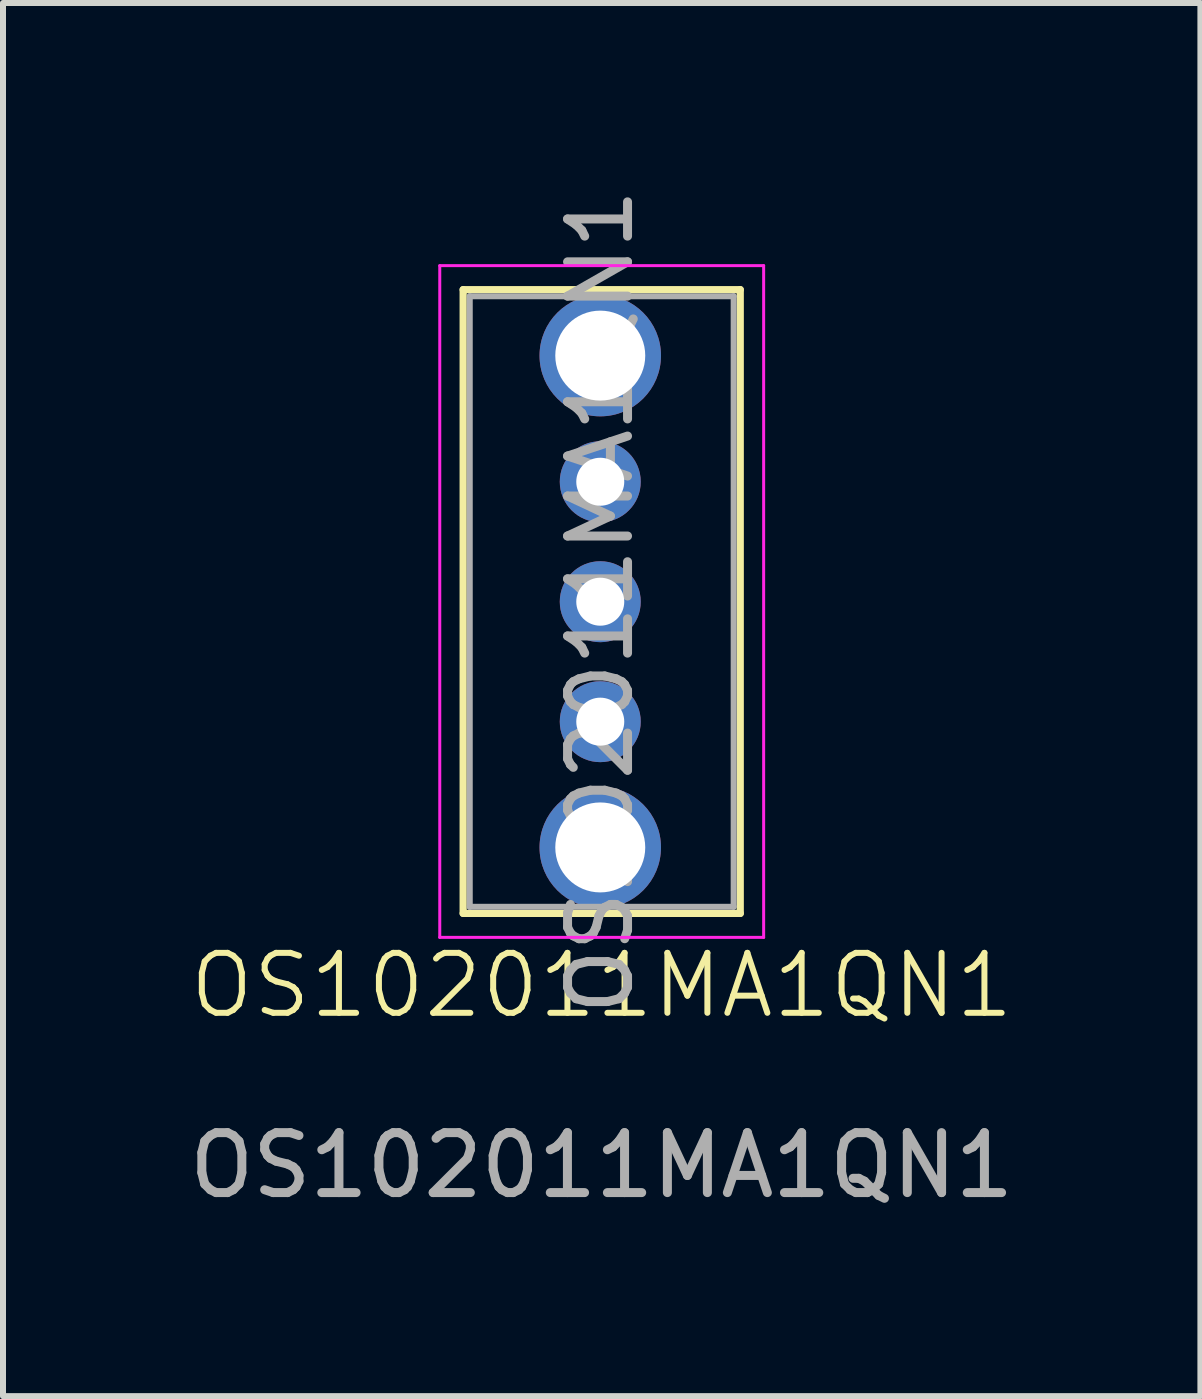
<source format=kicad_pcb>
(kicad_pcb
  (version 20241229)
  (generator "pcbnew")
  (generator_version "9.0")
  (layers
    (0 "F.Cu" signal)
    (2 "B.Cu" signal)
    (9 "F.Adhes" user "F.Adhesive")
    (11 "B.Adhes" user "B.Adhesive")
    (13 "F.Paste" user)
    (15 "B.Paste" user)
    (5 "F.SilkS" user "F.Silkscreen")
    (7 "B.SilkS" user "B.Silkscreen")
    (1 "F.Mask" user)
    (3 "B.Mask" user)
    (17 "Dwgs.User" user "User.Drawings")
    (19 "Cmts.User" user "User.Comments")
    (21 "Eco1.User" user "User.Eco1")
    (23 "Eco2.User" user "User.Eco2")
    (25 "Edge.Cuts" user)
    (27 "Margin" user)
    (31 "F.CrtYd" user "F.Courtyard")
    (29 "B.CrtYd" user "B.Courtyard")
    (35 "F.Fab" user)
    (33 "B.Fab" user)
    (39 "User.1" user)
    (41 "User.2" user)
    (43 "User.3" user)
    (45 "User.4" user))
  (footprint "OS102011MA1QN1"
    (layer "F.Cu")
    (at 6.982 13.879)
    (property "Reference" "OS102011MA1QN1" (at 0 -0.5 0) (unlocked yes) (layer "F.SilkS") (effects (font (size 1 1) (thickness 0.1))))
    (attr smd)
    (fp_line (start -2.31 -12.1) (end -2.31 -1.7) (stroke (width 0.12) (type solid)) (layer "F.SilkS"))
    (fp_line (start -2.31 -12.1) (end 2.31 -12.1) (stroke (width 0.12) (type solid)) (layer "F.SilkS"))
    (fp_line (start -2.31 -1.7) (end 2.31 -1.7) (stroke (width 0.12) (type solid)) (layer "F.SilkS"))
    (fp_line (start 2.31 -12.1) (end 2.31 -1.7) (stroke (width 0.12) (type solid)) (layer "F.SilkS"))
    (fp_line (start -2.7 -12.5) (end -2.7 -1.3) (stroke (width 0.05) (type solid)) (layer "F.CrtYd"))
    (fp_line (start -2.7 -1.3) (end 2.7 -1.3) (stroke (width 0.05) (type solid)) (layer "F.CrtYd"))
    (fp_line (start 2.7 -12.5) (end -2.7 -12.5) (stroke (width 0.05) (type solid)) (layer "F.CrtYd"))
    (fp_line (start 2.7 -1.3) (end 2.7 -12.5) (stroke (width 0.05) (type solid)) (layer "F.CrtYd"))
    (fp_line (start -2.2 -11.99) (end 2.2 -11.99) (stroke (width 0.1) (type solid)) (layer "F.Fab"))
    (fp_line (start -2.2 -1.81) (end -2.2 -11.99) (stroke (width 0.1) (type solid)) (layer "F.Fab"))
    (fp_line (start 2.2 -11.99) (end 2.2 -1.81) (stroke (width 0.1) (type solid)) (layer "F.Fab"))
    (fp_line (start 2.2 -1.81) (end -2.2 -1.81) (stroke (width 0.1) (type solid)) (layer "F.Fab"))
    (fp_text user "${REFERENCE}" (at -0.024 -6.897 90) (layer "F.Fab") (effects (font (size 1 1) (thickness 0.15))))
    (fp_text user "${REFERENCE}" (at 0 2.5 0) (unlocked yes) (layer "F.Fab") (effects (font (size 1 1) (thickness 0.15))))
    (pad "" np_thru_hole circle (at -0.024 -11) (size 2.025 2.025) (drill 1.5) (layers "*.Cu" "*.Mask"))
    (pad "" np_thru_hole circle (at -0.024 -2.8) (size 2.025 2.025) (drill 1.5) (layers "*.Cu" "*.Mask"))
    (pad "1" thru_hole circle (at -0.024 -8.897) (size 1.35 1.35) (drill 0.8) (layers "*.Cu" "*.Mask"))
    (pad "2" thru_hole circle (at -0.024 -6.897) (size 1.35 1.35) (drill 0.8) (layers "*.Cu" "*.Mask"))
    (pad "3" thru_hole circle (at -0.024 -4.897) (size 1.35 1.35) (drill 0.8) (layers "*.Cu" "*.Mask")))
  (gr_rect
    (start -3 -3)
    (end 16.964 20.227)
    (stroke (width 0.1) (type default))
    (fill no)
    (layer "Edge.Cuts")))
</source>
